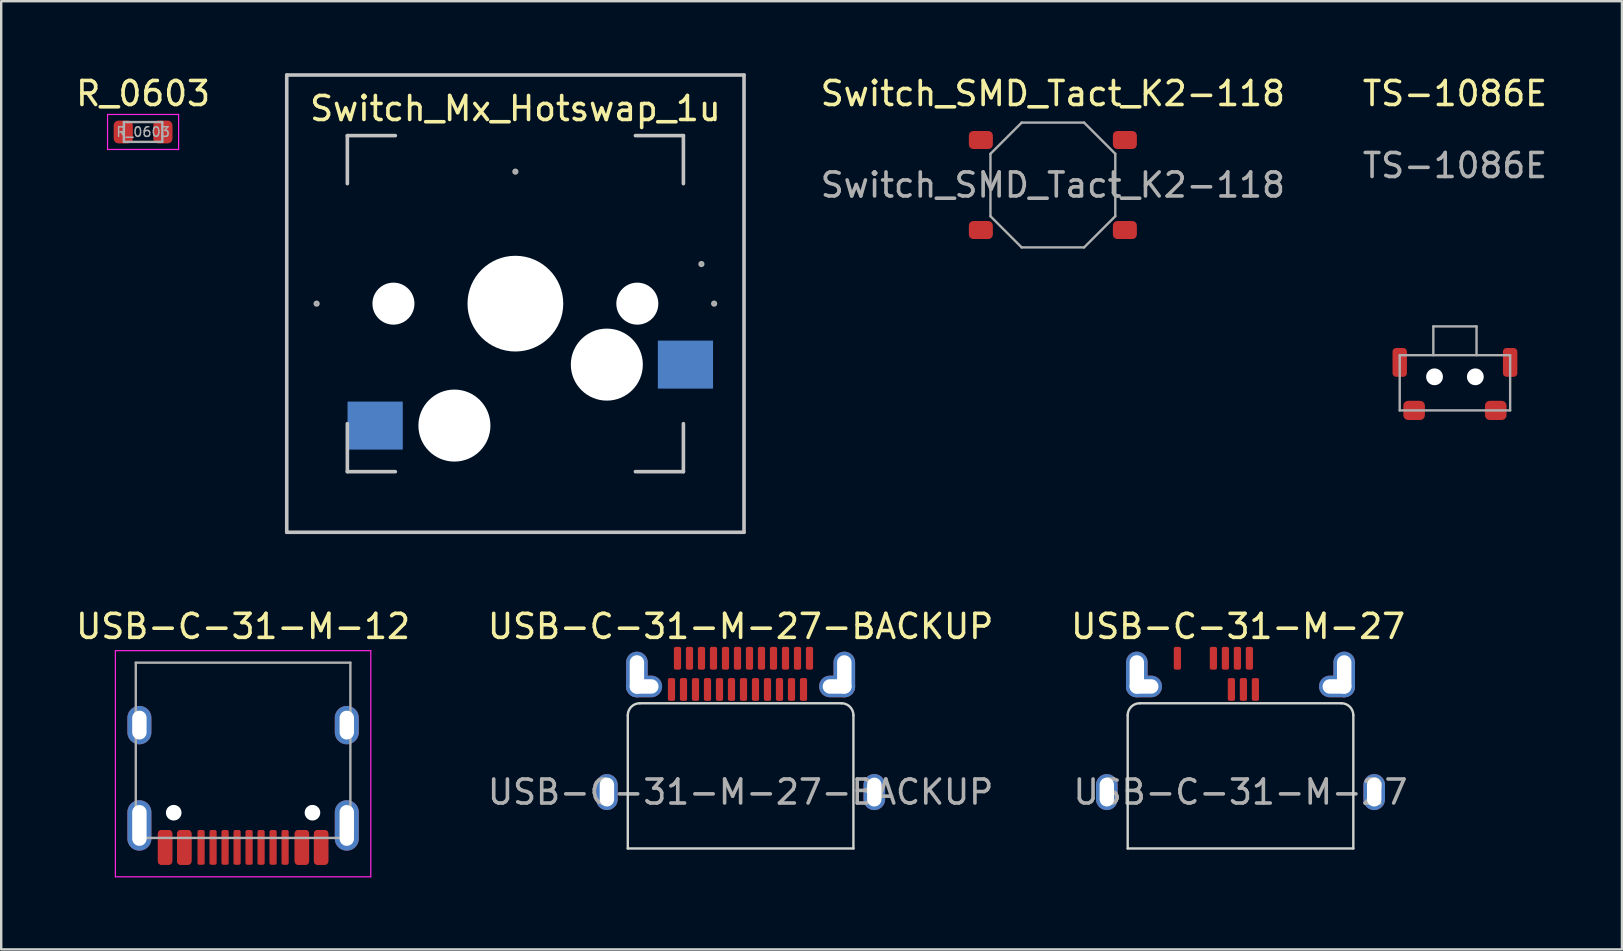
<source format=kicad_pcb>
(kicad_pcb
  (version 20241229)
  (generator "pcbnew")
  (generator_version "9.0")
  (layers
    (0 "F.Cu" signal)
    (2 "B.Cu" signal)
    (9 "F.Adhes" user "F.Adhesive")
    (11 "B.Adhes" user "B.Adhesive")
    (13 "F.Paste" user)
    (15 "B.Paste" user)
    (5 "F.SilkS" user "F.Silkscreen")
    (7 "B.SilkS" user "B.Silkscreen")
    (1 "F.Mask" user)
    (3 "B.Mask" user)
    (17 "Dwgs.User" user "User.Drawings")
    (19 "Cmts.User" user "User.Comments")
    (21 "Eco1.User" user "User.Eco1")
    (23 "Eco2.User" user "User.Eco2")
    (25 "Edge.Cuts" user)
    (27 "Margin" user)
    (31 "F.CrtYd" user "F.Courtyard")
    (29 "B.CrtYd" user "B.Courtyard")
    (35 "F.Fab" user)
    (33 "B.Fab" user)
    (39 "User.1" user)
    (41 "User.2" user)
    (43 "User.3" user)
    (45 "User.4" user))
  (footprint "Switch_SMD_Tact_K2-118"
    (layer "F.Cu")
    (at 40.813 4.658)
    (property "Reference" "Switch_SMD_Tact_K2-118" (at 0 -3.81 0) (unlocked yes) (layer "F.SilkS") (effects (font (size 1 1) (thickness 0.15))))
    (fp_line (start -2.6 -1.3) (end -2.6 1.3) (stroke (width 0.1) (type solid)) (layer "F.Fab"))
    (fp_line (start -1.3 -2.6) (end -2.6 -1.3) (stroke (width 0.1) (type solid)) (layer "F.Fab"))
    (fp_line (start -1.3 2.6) (end -2.6 1.3) (stroke (width 0.1) (type solid)) (layer "F.Fab"))
    (fp_line (start -1.3 2.6) (end 1.3 2.6) (stroke (width 0.1) (type solid)) (layer "F.Fab"))
    (fp_line (start 1.3 -2.6) (end -1.3 -2.6) (stroke (width 0.1) (type solid)) (layer "F.Fab"))
    (fp_line (start 2.6 -1.3) (end 1.3 -2.6) (stroke (width 0.1) (type solid)) (layer "F.Fab"))
    (fp_line (start 2.6 1.3) (end 1.3 2.6) (stroke (width 0.1) (type solid)) (layer "F.Fab"))
    (fp_line (start 2.6 1.3) (end 2.6 -1.3) (stroke (width 0.1) (type solid)) (layer "F.Fab"))
    (fp_text user "${REFERENCE}" (at 0 0 0) (unlocked yes) (layer "F.Fab") (effects (font (size 1 1) (thickness 0.15))))
    (pad "1" smd roundrect (at -3 1.875 90) (size 0.75 1) (layers "F.Cu" "F.Mask" "F.Paste") (roundrect_rratio 0.25))
    (pad "2" smd roundrect (at 3 1.875 90) (size 0.75 1) (layers "F.Cu" "F.Mask" "F.Paste") (roundrect_rratio 0.25))
    (pad "3" smd roundrect (at 3 -1.875 90) (size 0.75 1) (layers "F.Cu" "F.Mask" "F.Paste") (roundrect_rratio 0.25))
    (pad "4" smd roundrect (at -3 -1.875 90) (size 0.75 1) (layers "F.Cu" "F.Mask" "F.Paste") (roundrect_rratio 0.25)))
  (footprint "TS-1086E"
    (layer "F.Cu")
    (at 57.563 12.648)
    (property "Reference" "TS-1086E" (at 0 -11.8 0) (unlocked yes) (layer "F.SilkS") (effects (font (size 1 1) (thickness 0.15))))
    (fp_line (start -2.3 1.4) (end -2.3 -0.9) (stroke (width 0.1) (type solid)) (layer "F.Fab"))
    (fp_line (start -0.9 -2.1) (end -0.9 -0.9) (stroke (width 0.1) (type solid)) (layer "F.Fab"))
    (fp_line (start 0.9 -2.1) (end -0.9 -2.1) (stroke (width 0.1) (type solid)) (layer "F.Fab"))
    (fp_line (start 0.9 -0.9) (end 0.9 -2.1) (stroke (width 0.1) (type solid)) (layer "F.Fab"))
    (fp_line (start 2.3 -0.9) (end -2.3 -0.9) (stroke (width 0.1) (type solid)) (layer "F.Fab"))
    (fp_line (start 2.3 1.4) (end -2.3 1.4) (stroke (width 0.1) (type solid)) (layer "F.Fab"))
    (fp_line (start 2.3 1.4) (end 2.3 -0.9) (stroke (width 0.1) (type solid)) (layer "F.Fab"))
    (fp_text user "${REFERENCE}" (at 0 -8.8 0) (unlocked yes) (layer "F.Fab") (effects (font (size 1 1) (thickness 0.15))))
    (pad "" np_thru_hole circle (at -0.85 0) (size 0.7 0.7) (drill 0.7) (layers "*.Cu" "*.Mask"))
    (pad "" np_thru_hole circle (at 0.85 0) (size 0.7 0.7) (drill 0.7) (layers "*.Cu" "*.Mask"))
    (pad "1" smd roundrect (at -1.7 1.4) (size 0.9 0.8) (layers "F.Cu" "F.Mask" "F.Paste") (roundrect_rratio 0.25))
    (pad "2" smd roundrect (at 1.7 1.4) (size 0.9 0.8) (layers "F.Cu" "F.Mask" "F.Paste") (roundrect_rratio 0.25))
    (pad "3" smd roundrect (at -2.3 -0.6) (size 0.6 1.2) (layers "F.Cu" "F.Mask" "F.Paste") (roundrect_rratio 0.25))
    (pad "4" smd roundrect (at 2.3 -0.6) (size 0.6 1.2) (layers "F.Cu" "F.Mask" "F.Paste") (roundrect_rratio 0.25)))
  (footprint "Switch_Mx_Hotswap_1u"
    (layer "F.Cu")
    (at 18.421 9.6)
    (property "Reference" "Switch_Mx_Hotswap_1u" (at 0 -8.128 0) (layer "F.SilkS") (effects (font (size 1 1) (thickness 0.15))))
    (attr through_hole)
    (fp_line (start -9.525 -9.525) (end 9.525 -9.525) (stroke (width 0.15) (type solid)) (layer "Dwgs.User"))
    (fp_line (start -9.525 9.525) (end -9.525 -9.525) (stroke (width 0.15) (type solid)) (layer "Dwgs.User"))
    (fp_line (start -7 -7) (end -5 -7) (stroke (width 0.15) (type solid)) (layer "Dwgs.User"))
    (fp_line (start -7 -5) (end -7 -7) (stroke (width 0.15) (type solid)) (layer "Dwgs.User"))
    (fp_line (start -7 7) (end -7 5) (stroke (width 0.15) (type solid)) (layer "Dwgs.User"))
    (fp_line (start -5 7) (end -7 7) (stroke (width 0.15) (type solid)) (layer "Dwgs.User"))
    (fp_line (start 5 -7) (end 7 -7) (stroke (width 0.15) (type solid)) (layer "Dwgs.User"))
    (fp_line (start 5 7) (end 7 7) (stroke (width 0.15) (type solid)) (layer "Dwgs.User"))
    (fp_line (start 7 -7) (end 7 -5) (stroke (width 0.15) (type solid)) (layer "Dwgs.User"))
    (fp_line (start 7 7) (end 7 5) (stroke (width 0.15) (type solid)) (layer "Dwgs.User"))
    (fp_line (start 9.525 -9.525) (end 9.525 9.525) (stroke (width 0.15) (type solid)) (layer "Dwgs.User"))
    (fp_line (start 9.525 9.525) (end -9.525 9.525) (stroke (width 0.15) (type solid)) (layer "Dwgs.User"))
    (fp_circle (center -8.28 0) (end -8.28 -0.01) (stroke (width 0.12) (type solid)) (fill no) (layer "F.Fab"))
    (fp_circle (center 0 -5.5) (end 0 -5.51) (stroke (width 0.12) (type solid)) (fill no) (layer "F.Fab"))
    (fp_circle (center 7.75 -1.65) (end 7.75 -1.66) (stroke (width 0.12) (type solid)) (fill no) (layer "F.Fab"))
    (fp_circle (center 8.28 0) (end 8.28 -0.01) (stroke (width 0.12) (type solid)) (fill no) (layer "F.Fab"))
    (pad "" np_thru_hole circle (at -5.08 0 228.1) (size 1.75 1.75) (drill 1.75) (layers "*.Cu" "*.Mask"))
    (pad "" np_thru_hole circle (at -2.54 5.08 180) (size 3 3) (drill 3) (layers "*.Cu" "*.Mask"))
    (pad "" np_thru_hole circle (at 0 0 180) (size 3.988 3.988) (drill 3.988) (layers "*.Cu" "*.Mask"))
    (pad "" np_thru_hole circle (at 3.81 2.54 180) (size 3 3) (drill 3) (layers "*.Cu" "*.Mask"))
    (pad "" np_thru_hole circle (at 5.08 0 228.1) (size 1.75 1.75) (drill 1.75) (layers "*.Cu" "*.Mask"))
    (pad "1" smd rect (at 7.085 2.54 180) (size 2.3 2) (layers "B.Cu" "B.Mask" "B.Paste"))
    (pad "2" smd rect (at -5.842 5.08 180) (size 2.3 2) (layers "B.Cu" "B.Mask" "B.Paste")))
  (footprint "USB-C-31-M-27"
    (layer "F.Cu")
    (at 48.63 29.948)
    (property "Reference" "USB-C-31-M-27" (at -0.1 -6.9 0) (unlocked yes) (layer "F.SilkS") (effects (font (size 1 1) (thickness 0.15))))
    (fp_line (start -4.7 -3.2) (end -4.7 2.35) (stroke (width 0.1) (type solid)) (layer "Edge.Cuts"))
    (fp_line (start -4.7 2.35) (end 4.7 2.35) (stroke (width 0.1) (type solid)) (layer "Edge.Cuts"))
    (fp_line (start 4.2 -3.7) (end -4.2 -3.7) (stroke (width 0.1) (type solid)) (layer "Edge.Cuts"))
    (fp_line (start 4.7 2.35) (end 4.7 -3.2) (stroke (width 0.1) (type solid)) (layer "Edge.Cuts"))
    (fp_arc (start -4.7 -3.200002) (mid -4.553553 -3.553554) (end -4.200001 -3.699999) (stroke (width 0.1) (type solid)) (layer "Edge.Cuts"))
    (fp_arc (start 4.2 -3.700002) (mid 4.553552 -3.553555) (end 4.699997 -3.200003) (stroke (width 0.1) (type solid)) (layer "Edge.Cuts"))
    (fp_text user "${REFERENCE}" (at 0 0 0) (unlocked yes) (layer "F.Fab") (effects (font (size 1 1) (thickness 0.15))))
    (pad "A1" smd roundrect (at -2.63 -5.575) (size 0.3 0.95) (layers "F.Cu" "F.Mask" "F.Paste") (roundrect_rratio 0.25))
    (pad "A4" smd roundrect (at -1.13 -5.575) (size 0.3 0.95) (layers "F.Cu" "F.Mask" "F.Paste") (roundrect_rratio 0.25))
    (pad "A5" smd roundrect (at -0.63 -5.575) (size 0.3 0.95) (layers "F.Cu" "F.Mask" "F.Paste") (roundrect_rratio 0.25))
    (pad "A6" smd roundrect (at -0.13 -5.575) (size 0.3 0.95) (layers "F.Cu" "F.Mask" "F.Paste") (roundrect_rratio 0.25))
    (pad "A7" smd roundrect (at 0.37 -5.575) (size 0.3 0.95) (layers "F.Cu" "F.Mask" "F.Paste") (roundrect_rratio 0.25))
    (pad "B5" smd roundrect (at 0.62 -4.275) (size 0.3 0.95) (layers "F.Cu" "F.Mask" "F.Paste") (roundrect_rratio 0.25))
    (pad "B6" smd roundrect (at 0.12 -4.275) (size 0.3 0.95) (layers "F.Cu" "F.Mask" "F.Paste") (roundrect_rratio 0.25))
    (pad "B7" smd roundrect (at -0.38 -4.275) (size 0.3 0.95) (layers "F.Cu" "F.Mask" "F.Paste") (roundrect_rratio 0.25))
    (pad "S1" thru_hole oval (at -5.57 0) (size 0.9 1.5) (drill oval 0.6 1.2) (layers "*.Cu" "*.Mask"))
    (pad "S1" thru_hole oval (at -4.32 -4.9) (size 0.9 1.9) (drill oval 0.6 1.6) (layers "*.Cu" "*.Mask"))
    (pad "S1" thru_hole oval (at -4.02 -4.4 180) (size 1.5 0.9) (drill oval 1.2 0.6) (layers "*.Cu" "*.Mask"))
    (pad "S1" thru_hole oval (at 4.02 -4.4 180) (size 1.5 0.9) (drill oval 1.2 0.6) (layers "*.Cu" "*.Mask"))
    (pad "S1" thru_hole oval (at 4.32 -4.9) (size 0.9 1.9) (drill oval 0.6 1.6) (layers "*.Cu" "*.Mask"))
    (pad "S1" thru_hole oval (at 5.57 0) (size 0.9 1.5) (drill oval 0.6 1.2) (layers "*.Cu" "*.Mask")))
  (footprint "USB-C-31-M-27-BACKUP"
    (layer "F.Cu")
    (at 27.804 29.948)
    (property "Reference" "USB-C-31-M-27-BACKUP" (at 0 -6.9 0) (unlocked yes) (layer "F.SilkS") (effects (font (size 1 1) (thickness 0.15))))
    (fp_line (start -4.7 -3.2) (end -4.7 2.35) (stroke (width 0.1) (type solid)) (layer "Edge.Cuts"))
    (fp_line (start -4.7 2.35) (end 4.7 2.35) (stroke (width 0.1) (type solid)) (layer "Edge.Cuts"))
    (fp_line (start 4.2 -3.7) (end -4.2 -3.7) (stroke (width 0.1) (type solid)) (layer "Edge.Cuts"))
    (fp_line (start 4.7 2.35) (end 4.7 -3.2) (stroke (width 0.1) (type solid)) (layer "Edge.Cuts"))
    (fp_arc (start -4.7 -3.200002) (mid -4.553553 -3.553554) (end -4.200001 -3.699999) (stroke (width 0.1) (type solid)) (layer "Edge.Cuts"))
    (fp_arc (start 4.2 -3.700002) (mid 4.553552 -3.553555) (end 4.699997 -3.200003) (stroke (width 0.1) (type solid)) (layer "Edge.Cuts"))
    (fp_text user "${REFERENCE}" (at 0 0 0) (unlocked yes) (layer "F.Fab") (effects (font (size 1 1) (thickness 0.15))))
    (pad "A1" smd roundrect (at -2.63 -5.575) (size 0.3 0.95) (layers "F.Cu" "F.Mask" "F.Paste") (roundrect_rratio 0.25))
    (pad "A2" smd roundrect (at -2.13 -5.575) (size 0.3 0.95) (layers "F.Cu" "F.Mask" "F.Paste") (roundrect_rratio 0.25))
    (pad "A3" smd roundrect (at -1.63 -5.575) (size 0.3 0.95) (layers "F.Cu" "F.Mask" "F.Paste") (roundrect_rratio 0.25))
    (pad "A4" smd roundrect (at -1.13 -5.575) (size 0.3 0.95) (layers "F.Cu" "F.Mask" "F.Paste") (roundrect_rratio 0.25))
    (pad "A5" smd roundrect (at -0.63 -5.575) (size 0.3 0.95) (layers "F.Cu" "F.Mask" "F.Paste") (roundrect_rratio 0.25))
    (pad "A6" smd roundrect (at -0.13 -5.575) (size 0.3 0.95) (layers "F.Cu" "F.Mask" "F.Paste") (roundrect_rratio 0.25))
    (pad "A7" smd roundrect (at 0.37 -5.575) (size 0.3 0.95) (layers "F.Cu" "F.Mask" "F.Paste") (roundrect_rratio 0.25))
    (pad "A8" smd roundrect (at 0.87 -5.575) (size 0.3 0.95) (layers "F.Cu" "F.Mask" "F.Paste") (roundrect_rratio 0.25))
    (pad "A9" smd roundrect (at 1.37 -5.575) (size 0.3 0.95) (layers "F.Cu" "F.Mask" "F.Paste") (roundrect_rratio 0.25))
    (pad "A10" smd roundrect (at 1.87 -5.575) (size 0.3 0.95) (layers "F.Cu" "F.Mask" "F.Paste") (roundrect_rratio 0.25))
    (pad "A11" smd roundrect (at 2.37 -5.575) (size 0.3 0.95) (layers "F.Cu" "F.Mask" "F.Paste") (roundrect_rratio 0.25))
    (pad "A12" smd roundrect (at 2.87 -5.575) (size 0.3 0.95) (layers "F.Cu" "F.Mask" "F.Paste") (roundrect_rratio 0.25))
    (pad "B1" smd roundrect (at 2.62 -4.275) (size 0.3 0.95) (layers "F.Cu" "F.Mask" "F.Paste") (roundrect_rratio 0.25))
    (pad "B2" smd roundrect (at 2.12 -4.275) (size 0.3 0.95) (layers "F.Cu" "F.Mask" "F.Paste") (roundrect_rratio 0.25))
    (pad "B3" smd roundrect (at 1.62 -4.275) (size 0.3 0.95) (layers "F.Cu" "F.Mask" "F.Paste") (roundrect_rratio 0.25))
    (pad "B4" smd roundrect (at 1.12 -4.275) (size 0.3 0.95) (layers "F.Cu" "F.Mask" "F.Paste") (roundrect_rratio 0.25))
    (pad "B5" smd roundrect (at 0.62 -4.275) (size 0.3 0.95) (layers "F.Cu" "F.Mask" "F.Paste") (roundrect_rratio 0.25))
    (pad "B6" smd roundrect (at 0.12 -4.275) (size 0.3 0.95) (layers "F.Cu" "F.Mask" "F.Paste") (roundrect_rratio 0.25))
    (pad "B7" smd roundrect (at -0.38 -4.275) (size 0.3 0.95) (layers "F.Cu" "F.Mask" "F.Paste") (roundrect_rratio 0.25))
    (pad "B8" smd roundrect (at -0.88 -4.275) (size 0.3 0.95) (layers "F.Cu" "F.Mask" "F.Paste") (roundrect_rratio 0.25))
    (pad "B9" smd roundrect (at -1.38 -4.275) (size 0.3 0.95) (layers "F.Cu" "F.Mask" "F.Paste") (roundrect_rratio 0.25))
    (pad "B10" smd roundrect (at -1.88 -4.275) (size 0.3 0.95) (layers "F.Cu" "F.Mask" "F.Paste") (roundrect_rratio 0.25))
    (pad "B11" smd roundrect (at -2.38 -4.275) (size 0.3 0.95) (layers "F.Cu" "F.Mask" "F.Paste") (roundrect_rratio 0.25))
    (pad "B12" smd roundrect (at -2.88 -4.275) (size 0.3 0.95) (layers "F.Cu" "F.Mask" "F.Paste") (roundrect_rratio 0.25))
    (pad "S1" thru_hole oval (at -5.57 0) (size 0.9 1.5) (drill oval 0.6 1.2) (layers "*.Cu" "*.Mask"))
    (pad "S1" thru_hole oval (at -4.32 -4.9) (size 0.9 1.9) (drill oval 0.6 1.6) (layers "*.Cu" "*.Mask"))
    (pad "S1" thru_hole oval (at -4.02 -4.4 180) (size 1.5 0.9) (drill oval 1.2 0.6) (layers "*.Cu" "*.Mask"))
    (pad "S1" thru_hole oval (at 4.02 -4.4 180) (size 1.5 0.9) (drill oval 1.2 0.6) (layers "*.Cu" "*.Mask"))
    (pad "S1" thru_hole oval (at 4.32 -4.9) (size 0.9 1.9) (drill oval 0.6 1.6) (layers "*.Cu" "*.Mask"))
    (pad "S1" thru_hole oval (at 5.57 0) (size 0.9 1.5) (drill oval 0.6 1.2) (layers "*.Cu" "*.Mask")))
  (footprint "USB-C-31-M-12"
    (layer "F.Cu")
    (at 7.077 28.803)
    (property "Reference" "USB-C-31-M-12" (at 0 -5.755 0) (layer "F.SilkS") (effects (font (size 1 1) (thickness 0.15))))
    (fp_line (start -5.32 4.675) (end -5.32 -4.745) (stroke (width 0.05) (type solid)) (layer "F.CrtYd"))
    (fp_line (start 5.32 -4.745) (end -5.32 -4.745) (stroke (width 0.05) (type solid)) (layer "F.CrtYd"))
    (fp_line (start 5.32 4.675) (end -5.32 4.675) (stroke (width 0.05) (type solid)) (layer "F.CrtYd"))
    (fp_line (start 5.32 4.675) (end 5.32 -4.745) (stroke (width 0.05) (type solid)) (layer "F.CrtYd"))
    (fp_line (start -4.47 3.055) (end -4.47 -4.245) (stroke (width 0.1) (type solid)) (layer "F.Fab"))
    (fp_line (start 4.47 -4.245) (end -4.47 -4.245) (stroke (width 0.1) (type solid)) (layer "F.Fab"))
    (fp_line (start 4.47 3.055) (end -4.47 3.055) (stroke (width 0.1) (type solid)) (layer "F.Fab"))
    (fp_line (start 4.47 3.055) (end 4.47 -4.245) (stroke (width 0.1) (type solid)) (layer "F.Fab"))
    (pad "" np_thru_hole circle (at -2.89 2.005 180) (size 0.65 0.65) (drill 0.65) (layers "*.Cu" "*.Mask"))
    (pad "" np_thru_hole circle (at 2.89 2.005 180) (size 0.65 0.65) (drill 0.65) (layers "*.Cu" "*.Mask"))
    (pad "A1" smd roundrect (at 3.25 3.45 180) (size 0.6 1.45) (layers "F.Cu" "F.Mask" "F.Paste") (roundrect_rratio 0.25))
    (pad "A4" smd roundrect (at 2.45 3.45 180) (size 0.6 1.45) (layers "F.Cu" "F.Mask" "F.Paste") (roundrect_rratio 0.25))
    (pad "A5" smd roundrect (at 1.25 3.45 180) (size 0.3 1.45) (layers "F.Cu" "F.Mask" "F.Paste") (roundrect_rratio 0.25))
    (pad "A6" smd roundrect (at 0.25 3.45 180) (size 0.3 1.45) (layers "F.Cu" "F.Mask" "F.Paste") (roundrect_rratio 0.25))
    (pad "A7" smd roundrect (at -0.25 3.45 180) (size 0.3 1.45) (layers "F.Cu" "F.Mask" "F.Paste") (roundrect_rratio 0.25))
    (pad "A8" smd roundrect (at -1.25 3.45 180) (size 0.3 1.45) (layers "F.Cu" "F.Mask" "F.Paste") (roundrect_rratio 0.25))
    (pad "A9" smd roundrect (at -2.45 3.45 180) (size 0.6 1.45) (layers "F.Cu" "F.Mask" "F.Paste") (roundrect_rratio 0.25))
    (pad "A12" smd roundrect (at -3.25 3.45 180) (size 0.6 1.45) (layers "F.Cu" "F.Mask" "F.Paste") (roundrect_rratio 0.25))
    (pad "B1" smd roundrect (at -3.25 3.45 180) (size 0.6 1.45) (layers "F.Cu" "F.Mask" "F.Paste") (roundrect_rratio 0.25))
    (pad "B4" smd roundrect (at -2.45 3.45 180) (size 0.6 1.45) (layers "F.Cu" "F.Mask" "F.Paste") (roundrect_rratio 0.25))
    (pad "B5" smd roundrect (at -1.75 3.45 180) (size 0.3 1.45) (layers "F.Cu" "F.Mask" "F.Paste") (roundrect_rratio 0.25))
    (pad "B6" smd roundrect (at -0.75 3.45 180) (size 0.3 1.45) (layers "F.Cu" "F.Mask" "F.Paste") (roundrect_rratio 0.25))
    (pad "B7" smd roundrect (at 0.75 3.45 180) (size 0.3 1.45) (layers "F.Cu" "F.Mask" "F.Paste") (roundrect_rratio 0.25))
    (pad "B8" smd roundrect (at 1.75 3.45 180) (size 0.3 1.45) (layers "F.Cu" "F.Mask" "F.Paste") (roundrect_rratio 0.25))
    (pad "B9" smd roundrect (at 2.45 3.45 180) (size 0.6 1.45) (layers "F.Cu" "F.Mask" "F.Paste") (roundrect_rratio 0.25))
    (pad "B12" smd roundrect (at 3.25 3.45 180) (size 0.6 1.45) (layers "F.Cu" "F.Mask" "F.Paste") (roundrect_rratio 0.25))
    (pad "S1" thru_hole oval (at -4.32 -1.645 180) (size 1 1.6) (drill oval 0.6 1.2) (layers "*.Cu" "*.Mask"))
    (pad "S1" thru_hole oval (at -4.32 2.535 180) (size 1 2.1) (drill oval 0.6 1.7) (layers "*.Cu" "*.Mask"))
    (pad "S1" thru_hole oval (at 4.32 -1.645 180) (size 1 1.6) (drill oval 0.6 1.2) (layers "*.Cu" "*.Mask"))
    (pad "S1" thru_hole oval (at 4.32 2.535 180) (size 1 2.1) (drill oval 0.6 1.7) (layers "*.Cu" "*.Mask")))
  (footprint "R_0603"
    (layer "F.Cu")
    (at 2.911 2.448)
    (property "Reference" "R_0603" (at 0 -1.6 0) (unlocked yes) (layer "F.SilkS") (effects (font (size 1 1) (thickness 0.15))))
    (fp_line (start -1.48 -0.73) (end 1.48 -0.73) (stroke (width 0.05) (type solid)) (layer "F.CrtYd"))
    (fp_line (start -1.48 0.73) (end -1.48 -0.73) (stroke (width 0.05) (type solid)) (layer "F.CrtYd"))
    (fp_line (start 1.48 -0.73) (end 1.48 0.73) (stroke (width 0.05) (type solid)) (layer "F.CrtYd"))
    (fp_line (start 1.48 0.73) (end -1.48 0.73) (stroke (width 0.05) (type solid)) (layer "F.CrtYd"))
    (fp_line (start -0.8 -0.412) (end 0.8 -0.412) (stroke (width 0.1) (type solid)) (layer "F.Fab"))
    (fp_line (start -0.8 0.412) (end -0.8 -0.412) (stroke (width 0.1) (type solid)) (layer "F.Fab"))
    (fp_line (start 0.8 -0.412) (end 0.8 0.412) (stroke (width 0.1) (type solid)) (layer "F.Fab"))
    (fp_line (start 0.8 0.412) (end -0.8 0.412) (stroke (width 0.1) (type solid)) (layer "F.Fab"))
    (fp_text user "${REFERENCE}" (at 0 0 0) (unlocked yes) (layer "F.Fab") (effects (font (size 0.4 0.4) (thickness 0.06))))
    (pad "1" smd roundrect (at -0.825 0) (size 0.8 0.95) (layers "F.Cu" "F.Mask" "F.Paste") (roundrect_rratio 0.25))
    (pad "2" smd roundrect (at 0.825 0) (size 0.8 0.95) (layers "F.Cu" "F.Mask" "F.Paste") (roundrect_rratio 0.25)))
  (gr_rect
    (start -3 -3)
    (end 64.521 36.503)
    (stroke (width 0.1) (type default))
    (fill no)
    (layer "Edge.Cuts")))
</source>
